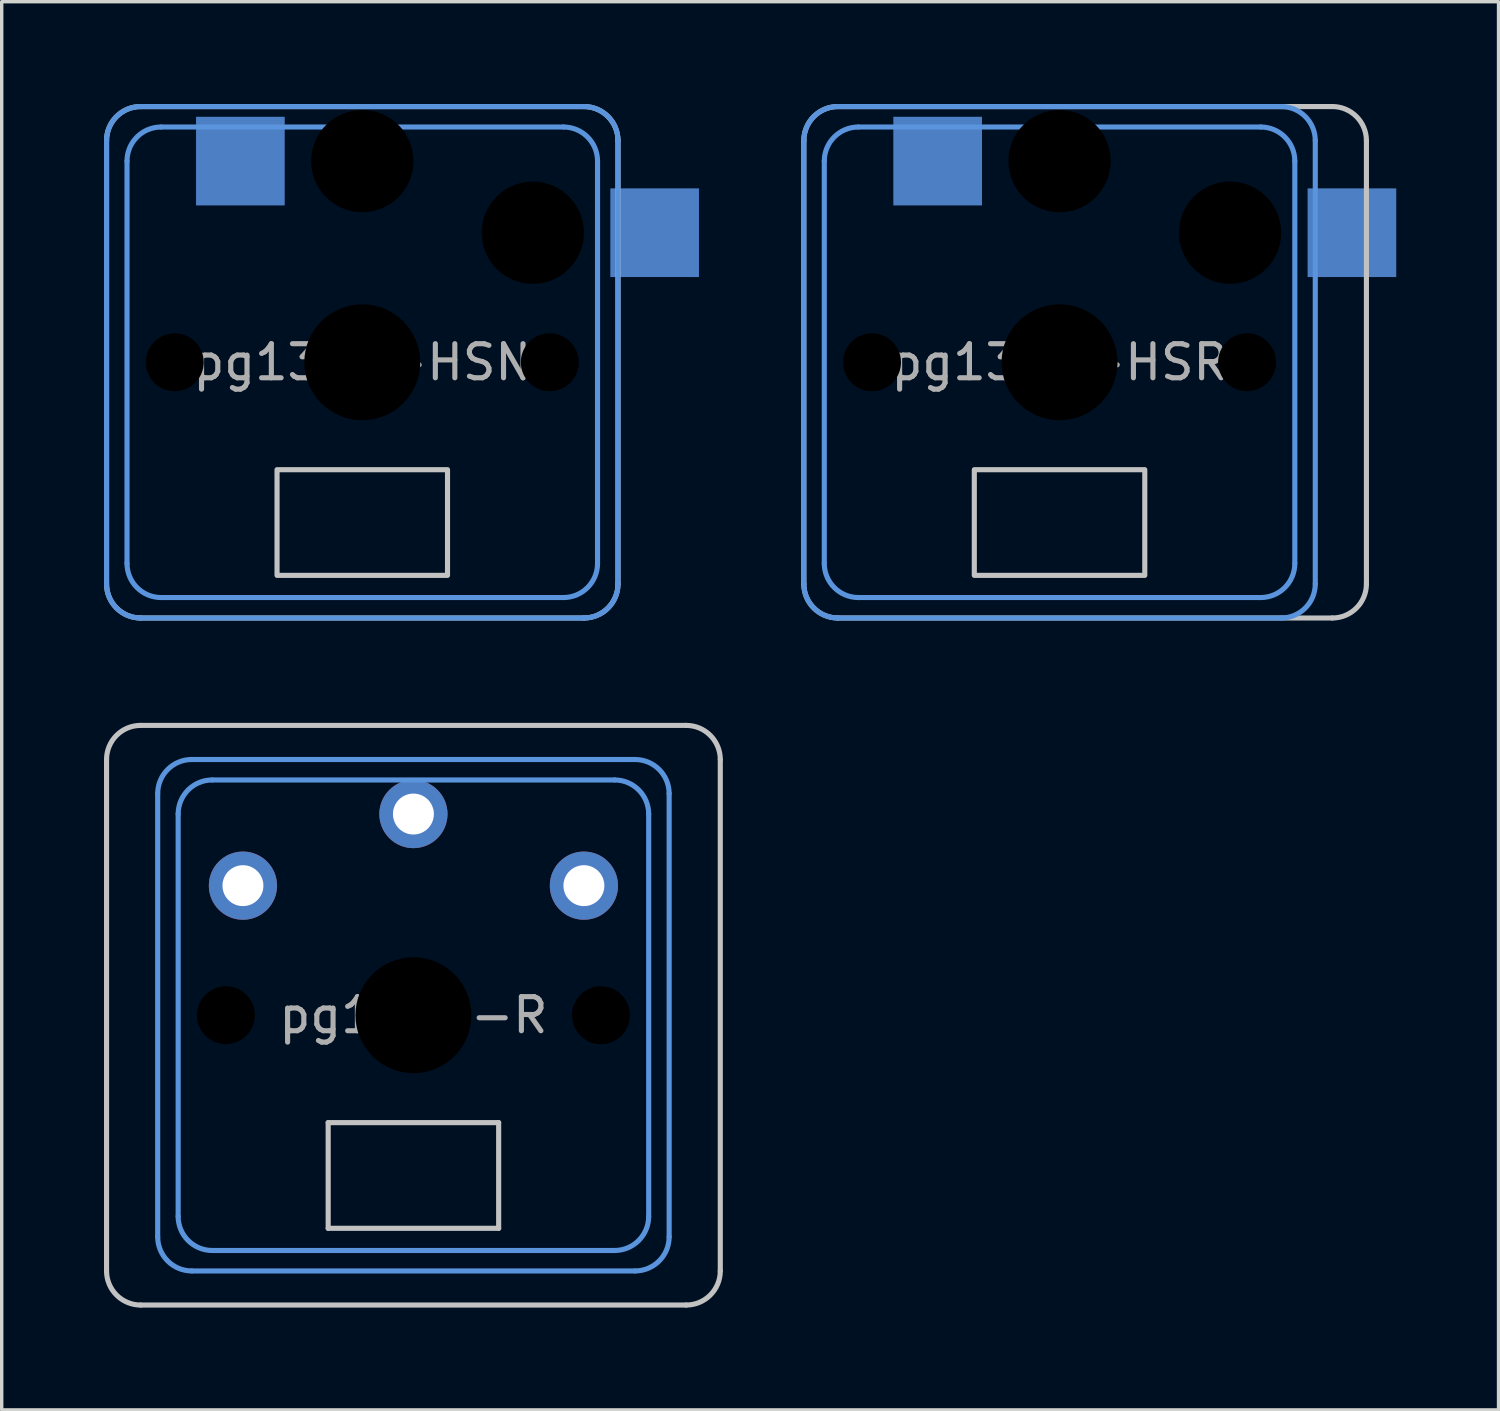
<source format=kicad_pcb>
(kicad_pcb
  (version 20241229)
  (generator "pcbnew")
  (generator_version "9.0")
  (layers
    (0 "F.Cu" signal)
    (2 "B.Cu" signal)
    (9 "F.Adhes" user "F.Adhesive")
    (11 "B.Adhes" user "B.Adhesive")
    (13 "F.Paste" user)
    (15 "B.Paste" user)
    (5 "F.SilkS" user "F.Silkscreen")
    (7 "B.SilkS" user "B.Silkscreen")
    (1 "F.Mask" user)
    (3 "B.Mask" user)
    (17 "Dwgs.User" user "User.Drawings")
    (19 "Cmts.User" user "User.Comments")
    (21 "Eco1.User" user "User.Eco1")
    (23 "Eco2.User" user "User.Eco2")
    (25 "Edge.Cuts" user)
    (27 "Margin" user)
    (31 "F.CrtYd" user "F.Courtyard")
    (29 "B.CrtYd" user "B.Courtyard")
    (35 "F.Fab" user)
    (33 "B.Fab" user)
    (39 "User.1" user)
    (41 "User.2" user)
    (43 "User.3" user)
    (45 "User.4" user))
  (footprint "pg1350-HSN"
    (layer "F.Cu")
    (at 7.575 7.575)
    (property "Reference" "pg1350-HSN" (at 0 0 0) (layer "F.Fab") (effects (font (size 1 1) (thickness 0.15))))
    (attr through_hole)
    (fp_line (start -7.5 6.5) (end -7.5 -6.5) (stroke (width 0.15) (type solid)) (layer "Dwgs.User"))
    (fp_line (start -6.5 -7.5) (end 6.5 -7.5) (stroke (width 0.15) (type solid)) (layer "Dwgs.User"))
    (fp_line (start 6.5 7.5) (end -6.5 7.5) (stroke (width 0.15) (type solid)) (layer "Dwgs.User"))
    (fp_line (start 7.5 -6.5) (end 7.5 6.5) (stroke (width 0.15) (type solid)) (layer "Dwgs.User"))
    (fp_rect (start 2.5 6.25) (end -2.5 3.15) (stroke (width 0.15) (type solid)) (fill no) (layer "Dwgs.User"))
    (fp_arc (start -7.5 -6.5) (mid -7.207107 -7.207107) (end -6.5 -7.5) (stroke (width 0.15) (type solid)) (layer "Dwgs.User"))
    (fp_arc (start -6.5 7.5) (mid -7.207107 7.207107) (end -7.5 6.5) (stroke (width 0.15) (type solid)) (layer "Dwgs.User"))
    (fp_arc (start 6.5 -7.5) (mid 7.207107 -7.207107) (end 7.5 -6.5) (stroke (width 0.15) (type solid)) (layer "Dwgs.User"))
    (fp_arc (start 7.5 6.5) (mid 7.207107 7.207107) (end 6.5 7.5) (stroke (width 0.15) (type solid)) (layer "Dwgs.User"))
    (fp_line (start -7.5 6.5) (end -7.5 -6.5) (stroke (width 0.15) (type solid)) (layer "Cmts.User"))
    (fp_line (start -6.9 5.9) (end -6.9 -5.9) (stroke (width 0.15) (type solid)) (layer "Cmts.User"))
    (fp_line (start -6.5 -7.5) (end 6.5 -7.5) (stroke (width 0.15) (type solid)) (layer "Cmts.User"))
    (fp_line (start -5.9 -6.9) (end 5.9 -6.9) (stroke (width 0.15) (type solid)) (layer "Cmts.User"))
    (fp_line (start 5.9 6.9) (end -5.9 6.9) (stroke (width 0.15) (type solid)) (layer "Cmts.User"))
    (fp_line (start 6.5 7.5) (end -6.5 7.5) (stroke (width 0.15) (type solid)) (layer "Cmts.User"))
    (fp_line (start 6.9 -5.9) (end 6.9 5.9) (stroke (width 0.15) (type solid)) (layer "Cmts.User"))
    (fp_line (start 7.5 -6.5) (end 7.5 6.5) (stroke (width 0.15) (type solid)) (layer "Cmts.User"))
    (fp_arc (start -7.5 -6.5) (mid -7.207107 -7.207107) (end -6.5 -7.5) (stroke (width 0.15) (type solid)) (layer "Cmts.User"))
    (fp_arc (start -6.9 -5.9) (mid -6.607107 -6.607107) (end -5.9 -6.9) (stroke (width 0.15) (type solid)) (layer "Cmts.User"))
    (fp_arc (start -6.5 7.5) (mid -7.207107 7.207107) (end -7.5 6.5) (stroke (width 0.15) (type solid)) (layer "Cmts.User"))
    (fp_arc (start -5.9 6.9) (mid -6.607107 6.607107) (end -6.9 5.9) (stroke (width 0.15) (type solid)) (layer "Cmts.User"))
    (fp_arc (start 5.9 -6.9) (mid 6.607107 -6.607107) (end 6.9 -5.9) (stroke (width 0.15) (type solid)) (layer "Cmts.User"))
    (fp_arc (start 6.5 -7.5) (mid 7.207107 -7.207107) (end 7.5 -6.5) (stroke (width 0.15) (type solid)) (layer "Cmts.User"))
    (fp_arc (start 6.9 5.9) (mid 6.607107 6.607107) (end 5.9 6.9) (stroke (width 0.15) (type solid)) (layer "Cmts.User"))
    (fp_arc (start 7.5 6.5) (mid 7.207107 7.207107) (end 6.5 7.5) (stroke (width 0.15) (type solid)) (layer "Cmts.User"))
    (pad "" np_thru_hole circle (at -5.5 0) (size 1.7 1.7) (drill 1.7) (layers "*.Mask"))
    (pad "" np_thru_hole circle (at 0 -5.9) (size 3 3) (drill 3) (layers "*.Mask"))
    (pad "" np_thru_hole circle (at 0 0) (size 3.4 3.4) (drill 3.4) (layers "*.Mask"))
    (pad "" np_thru_hole circle (at 5 -3.8) (size 3 3) (drill 3) (layers "*.Mask"))
    (pad "" np_thru_hole circle (at 5.5 0) (size 1.7 1.7) (drill 1.7) (layers "*.Mask"))
    (pad "1" smd rect (at -3.575 -5.9) (size 2.6 2.6) (layers "B.Cu" "B.Mask"))
    (pad "2" smd rect (at 8.575 -3.8) (size 2.6 2.6) (layers "B.Cu" "B.Mask")))
  (footprint "pg1350-R"
    (layer "F.Cu")
    (at 9.075 26.725)
    (property "Reference" "pg1350-R" (at 0 0 0) (layer "F.Fab") (effects (font (size 1 1) (thickness 0.15))))
    (attr through_hole)
    (fp_line (start -9 7.5) (end -9 -7.5) (stroke (width 0.15) (type solid)) (layer "Dwgs.User"))
    (fp_line (start -8 -8.5) (end 8 -8.5) (stroke (width 0.15) (type solid)) (layer "Dwgs.User"))
    (fp_line (start -2.5 3.15) (end -2.5 6.25) (stroke (width 0.15) (type solid)) (layer "Dwgs.User"))
    (fp_line (start -2.5 6.25) (end 2.5 6.25) (stroke (width 0.15) (type solid)) (layer "Dwgs.User"))
    (fp_line (start 2.5 3.15) (end -2.5 3.15) (stroke (width 0.15) (type solid)) (layer "Dwgs.User"))
    (fp_line (start 2.5 6.25) (end 2.5 3.15) (stroke (width 0.15) (type solid)) (layer "Dwgs.User"))
    (fp_line (start 8 8.5) (end -8 8.5) (stroke (width 0.15) (type solid)) (layer "Dwgs.User"))
    (fp_line (start 9 -7.5) (end 9 7.5) (stroke (width 0.15) (type solid)) (layer "Dwgs.User"))
    (fp_arc (start -9 -7.5) (mid -8.707107 -8.207107) (end -8 -8.5) (stroke (width 0.15) (type solid)) (layer "Dwgs.User"))
    (fp_arc (start -8 8.5) (mid -8.707107 8.207107) (end -9 7.5) (stroke (width 0.15) (type solid)) (layer "Dwgs.User"))
    (fp_arc (start 8 -8.5) (mid 8.707107 -8.207107) (end 9 -7.5) (stroke (width 0.15) (type solid)) (layer "Dwgs.User"))
    (fp_arc (start 9 7.5) (mid 8.707107 8.207107) (end 8 8.5) (stroke (width 0.15) (type solid)) (layer "Dwgs.User"))
    (fp_line (start -7.5 6.5) (end -7.5 -6.5) (stroke (width 0.15) (type solid)) (layer "Cmts.User"))
    (fp_line (start -6.9 5.9) (end -6.9 -5.9) (stroke (width 0.15) (type solid)) (layer "Cmts.User"))
    (fp_line (start -6.5 -7.5) (end 6.5 -7.5) (stroke (width 0.15) (type solid)) (layer "Cmts.User"))
    (fp_line (start -5.9 -6.9) (end 5.9 -6.9) (stroke (width 0.15) (type solid)) (layer "Cmts.User"))
    (fp_line (start 5.9 6.9) (end -5.9 6.9) (stroke (width 0.15) (type solid)) (layer "Cmts.User"))
    (fp_line (start 6.5 7.5) (end -6.5 7.5) (stroke (width 0.15) (type solid)) (layer "Cmts.User"))
    (fp_line (start 6.9 -5.9) (end 6.9 5.9) (stroke (width 0.15) (type solid)) (layer "Cmts.User"))
    (fp_line (start 7.5 -6.5) (end 7.5 6.5) (stroke (width 0.15) (type solid)) (layer "Cmts.User"))
    (fp_arc (start -7.5 -6.5) (mid -7.207107 -7.207107) (end -6.5 -7.5) (stroke (width 0.15) (type solid)) (layer "Cmts.User"))
    (fp_arc (start -6.9 -5.9) (mid -6.607107 -6.607107) (end -5.9 -6.9) (stroke (width 0.15) (type solid)) (layer "Cmts.User"))
    (fp_arc (start -6.5 7.5) (mid -7.207107 7.207107) (end -7.5 6.5) (stroke (width 0.15) (type solid)) (layer "Cmts.User"))
    (fp_arc (start -5.9 6.9) (mid -6.607107 6.607107) (end -6.9 5.9) (stroke (width 0.15) (type solid)) (layer "Cmts.User"))
    (fp_arc (start 5.9 -6.9) (mid 6.607107 -6.607107) (end 6.9 -5.9) (stroke (width 0.15) (type solid)) (layer "Cmts.User"))
    (fp_arc (start 6.5 -7.5) (mid 7.207107 -7.207107) (end 7.5 -6.5) (stroke (width 0.15) (type solid)) (layer "Cmts.User"))
    (fp_arc (start 6.9 5.9) (mid 6.607107 6.607107) (end 5.9 6.9) (stroke (width 0.15) (type solid)) (layer "Cmts.User"))
    (fp_arc (start 7.5 6.5) (mid 7.207107 7.207107) (end 6.5 7.5) (stroke (width 0.15) (type solid)) (layer "Cmts.User"))
    (pad "" np_thru_hole circle (at -5.5 0) (size 1.7 1.7) (drill 1.7) (layers "*.Mask"))
    (pad "" np_thru_hole circle (at 0 0) (size 3.4 3.4) (drill 3.4) (layers "*.Mask"))
    (pad "" np_thru_hole circle (at 5.5 0) (size 1.7 1.7) (drill 1.7) (layers "*.Mask"))
    (pad "1" thru_hole circle (at 0 -5.9) (size 2 2) (drill 1.2) (layers "*.Cu" "*.Mask"))
    (pad "2" thru_hole circle (at -5 -3.8) (size 2 2) (drill 1.2) (layers "*.Cu" "F.Mask"))
    (pad "2" thru_hole circle (at 5 -3.8) (size 2 2) (drill 1.2) (layers "*.Cu" "B.Mask")))
  (footprint "pg1350-HSR"
    (layer "F.Cu")
    (at 28.025 7.575)
    (property "Reference" "pg1350-HSR" (at 0 0 0) (layer "F.Fab") (effects (font (size 1 1) (thickness 0.15))))
    (attr through_hole)
    (fp_line (start -7.5 6.5) (end -7.5 -6.5) (stroke (width 0.15) (type solid)) (layer "Dwgs.User"))
    (fp_line (start -6.5 -7.5) (end 8 -7.5) (stroke (width 0.15) (type solid)) (layer "Dwgs.User"))
    (fp_line (start 8 7.5) (end -6.5 7.5) (stroke (width 0.15) (type solid)) (layer "Dwgs.User"))
    (fp_line (start 9 -6.5) (end 9 6.5) (stroke (width 0.15) (type solid)) (layer "Dwgs.User"))
    (fp_rect (start 2.5 6.25) (end -2.5 3.15) (stroke (width 0.15) (type solid)) (fill no) (layer "Dwgs.User"))
    (fp_arc (start -7.5 -6.5) (mid -7.207107 -7.207107) (end -6.5 -7.5) (stroke (width 0.15) (type solid)) (layer "Dwgs.User"))
    (fp_arc (start -6.5 7.5) (mid -7.207107 7.207107) (end -7.5 6.5) (stroke (width 0.15) (type solid)) (layer "Dwgs.User"))
    (fp_arc (start 8 -7.5) (mid 8.707107 -7.207107) (end 9 -6.5) (stroke (width 0.15) (type solid)) (layer "Dwgs.User"))
    (fp_arc (start 9 6.5) (mid 8.707107 7.207107) (end 8 7.5) (stroke (width 0.15) (type solid)) (layer "Dwgs.User"))
    (fp_line (start -7.5 6.5) (end -7.5 -6.5) (stroke (width 0.15) (type solid)) (layer "Cmts.User"))
    (fp_line (start -6.9 5.9) (end -6.9 -5.9) (stroke (width 0.15) (type solid)) (layer "Cmts.User"))
    (fp_line (start -6.5 -7.5) (end 6.5 -7.5) (stroke (width 0.15) (type solid)) (layer "Cmts.User"))
    (fp_line (start -5.9 -6.9) (end 5.9 -6.9) (stroke (width 0.15) (type solid)) (layer "Cmts.User"))
    (fp_line (start 5.9 6.9) (end -5.9 6.9) (stroke (width 0.15) (type solid)) (layer "Cmts.User"))
    (fp_line (start 6.5 7.5) (end -6.5 7.5) (stroke (width 0.15) (type solid)) (layer "Cmts.User"))
    (fp_line (start 6.9 -5.9) (end 6.9 5.9) (stroke (width 0.15) (type solid)) (layer "Cmts.User"))
    (fp_line (start 7.5 -6.5) (end 7.5 6.5) (stroke (width 0.15) (type solid)) (layer "Cmts.User"))
    (fp_arc (start -7.5 -6.5) (mid -7.207107 -7.207107) (end -6.5 -7.5) (stroke (width 0.15) (type solid)) (layer "Cmts.User"))
    (fp_arc (start -6.9 -5.9) (mid -6.607107 -6.607107) (end -5.9 -6.9) (stroke (width 0.15) (type solid)) (layer "Cmts.User"))
    (fp_arc (start -6.5 7.5) (mid -7.207107 7.207107) (end -7.5 6.5) (stroke (width 0.15) (type solid)) (layer "Cmts.User"))
    (fp_arc (start -5.9 6.9) (mid -6.607107 6.607107) (end -6.9 5.9) (stroke (width 0.15) (type solid)) (layer "Cmts.User"))
    (fp_arc (start 5.9 -6.9) (mid 6.607107 -6.607107) (end 6.9 -5.9) (stroke (width 0.15) (type solid)) (layer "Cmts.User"))
    (fp_arc (start 6.5 -7.5) (mid 7.207107 -7.207107) (end 7.5 -6.5) (stroke (width 0.15) (type solid)) (layer "Cmts.User"))
    (fp_arc (start 6.9 5.9) (mid 6.607107 6.607107) (end 5.9 6.9) (stroke (width 0.15) (type solid)) (layer "Cmts.User"))
    (fp_arc (start 7.5 6.5) (mid 7.207107 7.207107) (end 6.5 7.5) (stroke (width 0.15) (type solid)) (layer "Cmts.User"))
    (pad "" np_thru_hole circle (at -5.5 0) (size 1.7 1.7) (drill 1.7) (layers "*.Mask"))
    (pad "" np_thru_hole circle (at 0 -5.9) (size 3 3) (drill 3) (layers "*.Mask"))
    (pad "" np_thru_hole circle (at 0 0) (size 3.4 3.4) (drill 3.4) (layers "*.Mask"))
    (pad "" np_thru_hole circle (at 5 -3.8) (size 3 3) (drill 3) (layers "*.Mask"))
    (pad "" np_thru_hole circle (at 5.5 0) (size 1.7 1.7) (drill 1.7) (layers "*.Mask"))
    (pad "1" smd rect (at -3.575 -5.9) (size 2.6 2.6) (layers "B.Cu" "B.Mask"))
    (pad "2" smd rect (at 8.575 -3.8) (size 2.6 2.6) (layers "B.Cu" "B.Mask")))
  (gr_rect
    (start -3 -3)
    (end 40.9 38.3)
    (stroke (width 0.1) (type default))
    (fill no)
    (layer "Edge.Cuts")))
</source>
